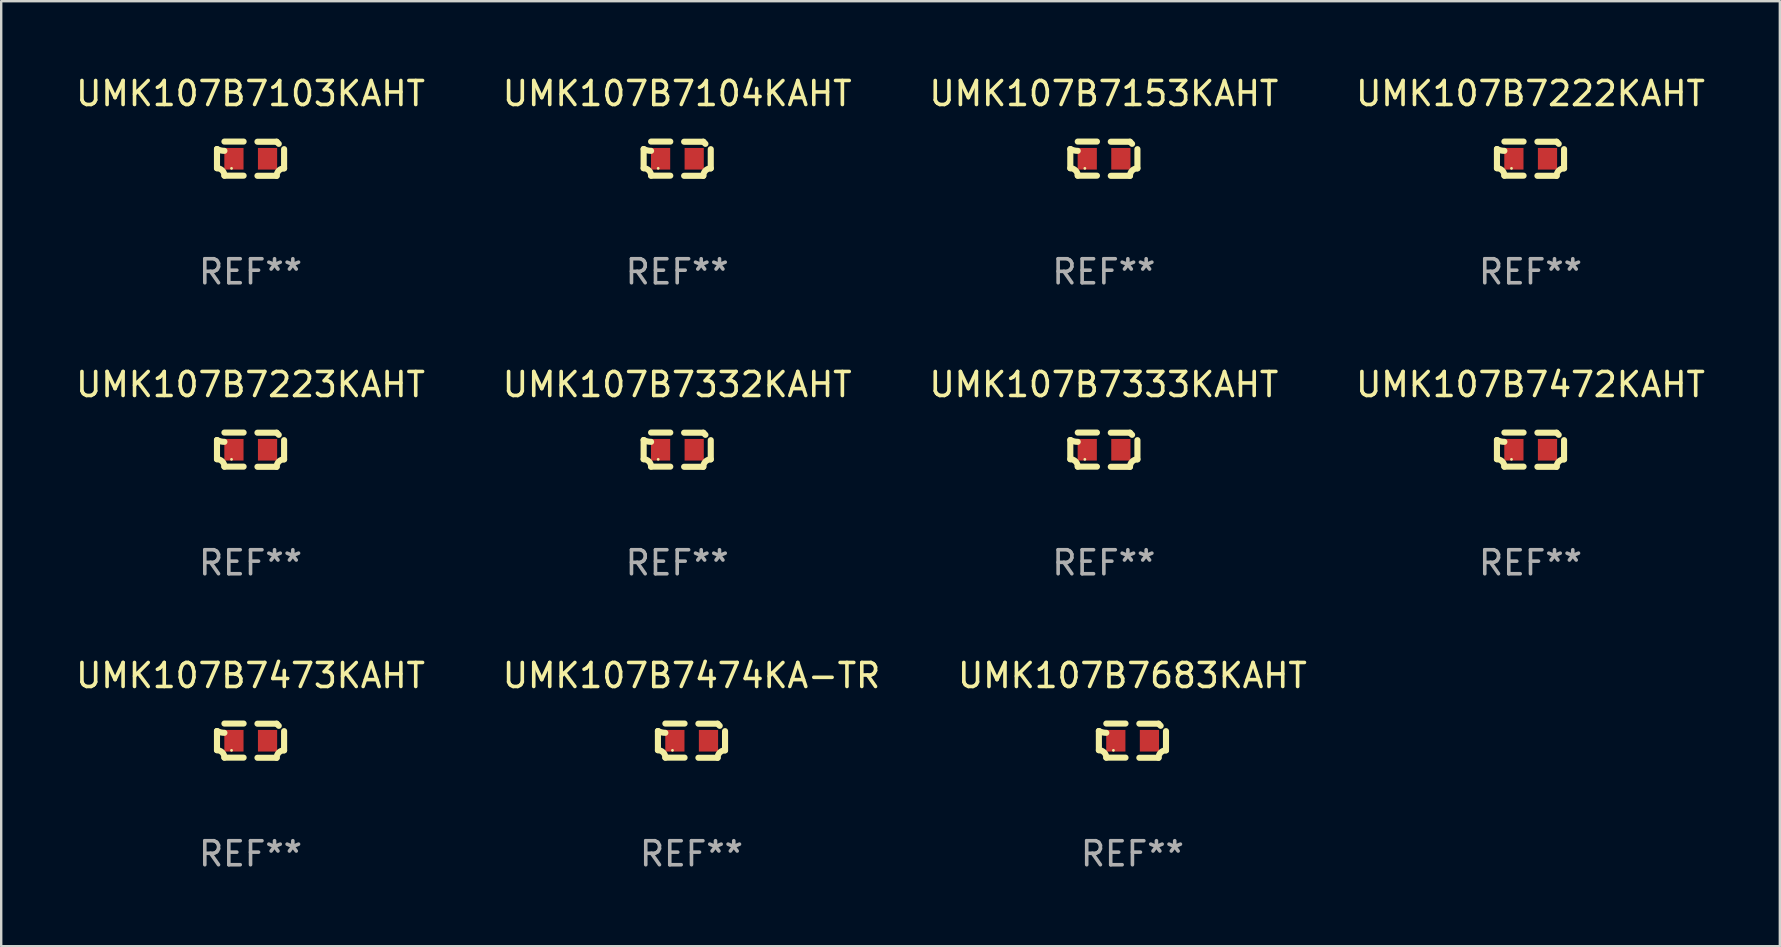
<source format=kicad_pcb>
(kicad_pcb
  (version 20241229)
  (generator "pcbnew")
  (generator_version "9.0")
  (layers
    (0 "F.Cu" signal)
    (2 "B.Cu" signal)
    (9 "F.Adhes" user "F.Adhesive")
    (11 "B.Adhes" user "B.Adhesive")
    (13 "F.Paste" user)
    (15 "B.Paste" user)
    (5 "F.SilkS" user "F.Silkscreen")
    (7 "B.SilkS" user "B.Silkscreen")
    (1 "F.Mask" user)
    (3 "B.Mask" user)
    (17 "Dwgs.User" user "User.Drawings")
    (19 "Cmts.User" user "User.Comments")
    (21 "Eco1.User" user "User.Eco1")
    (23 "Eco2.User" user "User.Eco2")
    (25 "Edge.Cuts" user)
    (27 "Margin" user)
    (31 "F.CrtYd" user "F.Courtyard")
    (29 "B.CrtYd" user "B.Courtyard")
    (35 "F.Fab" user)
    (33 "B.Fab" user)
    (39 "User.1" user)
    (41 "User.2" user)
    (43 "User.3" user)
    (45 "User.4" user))
  (footprint "UMK107B7153KAHT"
    (layer "F.Cu")
    (at 42.935 3.561)
    (property "Reference" "UMK107B7153KAHT" (at 0 -2.713 0) (layer "F.SilkS") (effects (font (size 1 1) (thickness 0.15))))
    (attr through_hole)
    (fp_line (start -1.398 -0.403) (end -1.398 0.397) (stroke (width 0.254) (type solid)) (layer "F.SilkS"))
    (fp_line (start -0.288 -0.713) (end -1.088 -0.713) (stroke (width 0.254) (type solid)) (layer "F.SilkS"))
    (fp_line (start -0.288 0.707) (end -1.088 0.707) (stroke (width 0.254) (type solid)) (layer "F.SilkS"))
    (fp_line (start 0.288 -0.707) (end 1.088 -0.707) (stroke (width 0.254) (type solid)) (layer "F.SilkS"))
    (fp_line (start 0.288 0.713) (end 1.088 0.713) (stroke (width 0.254) (type solid)) (layer "F.SilkS"))
    (fp_line (start 1.398 -0.397) (end 1.398 0.403) (stroke (width 0.254) (type solid)) (layer "F.SilkS"))
    (fp_arc (start -1.397789 0.397066) (mid -1.178701 0.487826) (end -1.08796 0.706922) (stroke (width 0.254001) (type solid)) (layer "F.SilkS"))
    (fp_arc (start -1.08796 -0.327176) (mid -1.247436 -0.346384) (end -1.39779 -0.402908) (stroke (width 0.254001) (type solid)) (layer "F.SilkS"))
    (fp_arc (start 1.087909 0.712738) (mid 1.178656 0.493655) (end 1.397739 0.402908) (stroke (width 0.254001) (type solid)) (layer "F.SilkS"))
    (fp_arc (start 1.175925 -0.618926) (mid 1.131917 -0.662923) (end 1.08791 -0.706922) (stroke (width 0.254001) (type solid)) (layer "F.SilkS"))
    (fp_circle (center -0.792 0.403) (end -0.762 0.403) (stroke (width 0.06) (type solid)) (fill no) (layer "F.SilkS"))
    (fp_text user "REF**" (at 0 4.713 0) (layer "F.Fab") (effects (font (size 1 1) (thickness 0.15))))
    (pad "1" smd rect (at -0.692 0.003) (size 0.8 0.9) (layers "F.Cu" "F.Mask" "F.Paste"))
    (pad "2" smd rect (at 0.708 0.003) (size 0.8 0.9) (layers "F.Cu" "F.Mask" "F.Paste")))
  (footprint "UMK107B7103KAHT"
    (layer "F.Cu")
    (at 7.387 3.561)
    (property "Reference" "UMK107B7103KAHT" (at 0 -2.713 0) (layer "F.SilkS") (effects (font (size 1 1) (thickness 0.15))))
    (attr through_hole)
    (fp_line (start -1.398 -0.403) (end -1.398 0.397) (stroke (width 0.254) (type solid)) (layer "F.SilkS"))
    (fp_line (start -0.288 -0.713) (end -1.088 -0.713) (stroke (width 0.254) (type solid)) (layer "F.SilkS"))
    (fp_line (start -0.288 0.707) (end -1.088 0.707) (stroke (width 0.254) (type solid)) (layer "F.SilkS"))
    (fp_line (start 0.288 -0.707) (end 1.088 -0.707) (stroke (width 0.254) (type solid)) (layer "F.SilkS"))
    (fp_line (start 0.288 0.713) (end 1.088 0.713) (stroke (width 0.254) (type solid)) (layer "F.SilkS"))
    (fp_line (start 1.398 -0.397) (end 1.398 0.403) (stroke (width 0.254) (type solid)) (layer "F.SilkS"))
    (fp_arc (start -1.397789 0.397066) (mid -1.178701 0.487826) (end -1.08796 0.706922) (stroke (width 0.254001) (type solid)) (layer "F.SilkS"))
    (fp_arc (start -1.08796 -0.327176) (mid -1.247436 -0.346384) (end -1.39779 -0.402908) (stroke (width 0.254001) (type solid)) (layer "F.SilkS"))
    (fp_arc (start 1.087909 0.712738) (mid 1.178656 0.493655) (end 1.397739 0.402908) (stroke (width 0.254001) (type solid)) (layer "F.SilkS"))
    (fp_arc (start 1.175925 -0.618926) (mid 1.131917 -0.662923) (end 1.08791 -0.706922) (stroke (width 0.254001) (type solid)) (layer "F.SilkS"))
    (fp_circle (center -0.792 0.403) (end -0.762 0.403) (stroke (width 0.06) (type solid)) (fill no) (layer "F.SilkS"))
    (fp_text user "REF**" (at 0 4.713 0) (layer "F.Fab") (effects (font (size 1 1) (thickness 0.15))))
    (pad "1" smd rect (at -0.692 0.003) (size 0.8 0.9) (layers "F.Cu" "F.Mask" "F.Paste"))
    (pad "2" smd rect (at 0.708 0.003) (size 0.8 0.9) (layers "F.Cu" "F.Mask" "F.Paste")))
  (footprint "UMK107B7474KA-TR"
    (layer "F.Cu")
    (at 25.756 27.805)
    (property "Reference" "UMK107B7474KA-TR" (at 0 -2.713 0) (layer "F.SilkS") (effects (font (size 1 1) (thickness 0.15))))
    (attr through_hole)
    (fp_line (start -1.398 -0.403) (end -1.398 0.397) (stroke (width 0.254) (type solid)) (layer "F.SilkS"))
    (fp_line (start -0.288 -0.713) (end -1.088 -0.713) (stroke (width 0.254) (type solid)) (layer "F.SilkS"))
    (fp_line (start -0.288 0.707) (end -1.088 0.707) (stroke (width 0.254) (type solid)) (layer "F.SilkS"))
    (fp_line (start 0.288 -0.707) (end 1.088 -0.707) (stroke (width 0.254) (type solid)) (layer "F.SilkS"))
    (fp_line (start 0.288 0.713) (end 1.088 0.713) (stroke (width 0.254) (type solid)) (layer "F.SilkS"))
    (fp_line (start 1.398 -0.397) (end 1.398 0.403) (stroke (width 0.254) (type solid)) (layer "F.SilkS"))
    (fp_arc (start -1.397789 0.397066) (mid -1.178701 0.487826) (end -1.08796 0.706922) (stroke (width 0.254001) (type solid)) (layer "F.SilkS"))
    (fp_arc (start -1.08796 -0.327176) (mid -1.247436 -0.346384) (end -1.39779 -0.402908) (stroke (width 0.254001) (type solid)) (layer "F.SilkS"))
    (fp_arc (start 1.087909 0.712738) (mid 1.178656 0.493655) (end 1.397739 0.402908) (stroke (width 0.254001) (type solid)) (layer "F.SilkS"))
    (fp_arc (start 1.175925 -0.618926) (mid 1.131917 -0.662923) (end 1.08791 -0.706922) (stroke (width 0.254001) (type solid)) (layer "F.SilkS"))
    (fp_circle (center -0.792 0.403) (end -0.762 0.403) (stroke (width 0.06) (type solid)) (fill no) (layer "F.SilkS"))
    (fp_text user "REF**" (at 0 4.713 0) (layer "F.Fab") (effects (font (size 1 1) (thickness 0.15))))
    (pad "1" smd rect (at -0.692 0.003) (size 0.8 0.9) (layers "F.Cu" "F.Mask" "F.Paste"))
    (pad "2" smd rect (at 0.708 0.003) (size 0.8 0.9) (layers "F.Cu" "F.Mask" "F.Paste")))
  (footprint "UMK107B7683KAHT"
    (layer "F.Cu")
    (at 44.125 27.805)
    (property "Reference" "UMK107B7683KAHT" (at 0 -2.713 0) (layer "F.SilkS") (effects (font (size 1 1) (thickness 0.15))))
    (attr through_hole)
    (fp_line (start -1.398 -0.403) (end -1.398 0.397) (stroke (width 0.254) (type solid)) (layer "F.SilkS"))
    (fp_line (start -0.288 -0.713) (end -1.088 -0.713) (stroke (width 0.254) (type solid)) (layer "F.SilkS"))
    (fp_line (start -0.288 0.707) (end -1.088 0.707) (stroke (width 0.254) (type solid)) (layer "F.SilkS"))
    (fp_line (start 0.288 -0.707) (end 1.088 -0.707) (stroke (width 0.254) (type solid)) (layer "F.SilkS"))
    (fp_line (start 0.288 0.713) (end 1.088 0.713) (stroke (width 0.254) (type solid)) (layer "F.SilkS"))
    (fp_line (start 1.398 -0.397) (end 1.398 0.403) (stroke (width 0.254) (type solid)) (layer "F.SilkS"))
    (fp_arc (start -1.397789 0.397066) (mid -1.178701 0.487826) (end -1.08796 0.706922) (stroke (width 0.254001) (type solid)) (layer "F.SilkS"))
    (fp_arc (start -1.08796 -0.327176) (mid -1.247436 -0.346384) (end -1.39779 -0.402908) (stroke (width 0.254001) (type solid)) (layer "F.SilkS"))
    (fp_arc (start 1.087909 0.712738) (mid 1.178656 0.493655) (end 1.397739 0.402908) (stroke (width 0.254001) (type solid)) (layer "F.SilkS"))
    (fp_arc (start 1.175925 -0.618926) (mid 1.131917 -0.662923) (end 1.08791 -0.706922) (stroke (width 0.254001) (type solid)) (layer "F.SilkS"))
    (fp_circle (center -0.792 0.403) (end -0.762 0.403) (stroke (width 0.06) (type solid)) (fill no) (layer "F.SilkS"))
    (fp_text user "REF**" (at 0 4.713 0) (layer "F.Fab") (effects (font (size 1 1) (thickness 0.15))))
    (pad "1" smd rect (at -0.692 0.003) (size 0.8 0.9) (layers "F.Cu" "F.Mask" "F.Paste"))
    (pad "2" smd rect (at 0.708 0.003) (size 0.8 0.9) (layers "F.Cu" "F.Mask" "F.Paste")))
  (footprint "UMK107B7472KAHT"
    (layer "F.Cu")
    (at 60.708 15.683)
    (property "Reference" "UMK107B7472KAHT" (at 0 -2.713 0) (layer "F.SilkS") (effects (font (size 1 1) (thickness 0.15))))
    (attr through_hole)
    (fp_line (start -1.398 -0.403) (end -1.398 0.397) (stroke (width 0.254) (type solid)) (layer "F.SilkS"))
    (fp_line (start -0.288 -0.713) (end -1.088 -0.713) (stroke (width 0.254) (type solid)) (layer "F.SilkS"))
    (fp_line (start -0.288 0.707) (end -1.088 0.707) (stroke (width 0.254) (type solid)) (layer "F.SilkS"))
    (fp_line (start 0.288 -0.707) (end 1.088 -0.707) (stroke (width 0.254) (type solid)) (layer "F.SilkS"))
    (fp_line (start 0.288 0.713) (end 1.088 0.713) (stroke (width 0.254) (type solid)) (layer "F.SilkS"))
    (fp_line (start 1.398 -0.397) (end 1.398 0.403) (stroke (width 0.254) (type solid)) (layer "F.SilkS"))
    (fp_arc (start -1.397789 0.397066) (mid -1.178701 0.487826) (end -1.08796 0.706922) (stroke (width 0.254001) (type solid)) (layer "F.SilkS"))
    (fp_arc (start -1.08796 -0.327176) (mid -1.247436 -0.346384) (end -1.39779 -0.402908) (stroke (width 0.254001) (type solid)) (layer "F.SilkS"))
    (fp_arc (start 1.087909 0.712738) (mid 1.178656 0.493655) (end 1.397739 0.402908) (stroke (width 0.254001) (type solid)) (layer "F.SilkS"))
    (fp_arc (start 1.175925 -0.618926) (mid 1.131917 -0.662923) (end 1.08791 -0.706922) (stroke (width 0.254001) (type solid)) (layer "F.SilkS"))
    (fp_circle (center -0.792 0.403) (end -0.762 0.403) (stroke (width 0.06) (type solid)) (fill no) (layer "F.SilkS"))
    (fp_text user "REF**" (at 0 4.713 0) (layer "F.Fab") (effects (font (size 1 1) (thickness 0.15))))
    (pad "1" smd rect (at -0.692 0.003) (size 0.8 0.9) (layers "F.Cu" "F.Mask" "F.Paste"))
    (pad "2" smd rect (at 0.708 0.003) (size 0.8 0.9) (layers "F.Cu" "F.Mask" "F.Paste")))
  (footprint "UMK107B7222KAHT"
    (layer "F.Cu")
    (at 60.708 3.561)
    (property "Reference" "UMK107B7222KAHT" (at 0 -2.713 0) (layer "F.SilkS") (effects (font (size 1 1) (thickness 0.15))))
    (attr through_hole)
    (fp_line (start -1.398 -0.403) (end -1.398 0.397) (stroke (width 0.254) (type solid)) (layer "F.SilkS"))
    (fp_line (start -0.288 -0.713) (end -1.088 -0.713) (stroke (width 0.254) (type solid)) (layer "F.SilkS"))
    (fp_line (start -0.288 0.707) (end -1.088 0.707) (stroke (width 0.254) (type solid)) (layer "F.SilkS"))
    (fp_line (start 0.288 -0.707) (end 1.088 -0.707) (stroke (width 0.254) (type solid)) (layer "F.SilkS"))
    (fp_line (start 0.288 0.713) (end 1.088 0.713) (stroke (width 0.254) (type solid)) (layer "F.SilkS"))
    (fp_line (start 1.398 -0.397) (end 1.398 0.403) (stroke (width 0.254) (type solid)) (layer "F.SilkS"))
    (fp_arc (start -1.397789 0.397066) (mid -1.178701 0.487826) (end -1.08796 0.706922) (stroke (width 0.254001) (type solid)) (layer "F.SilkS"))
    (fp_arc (start -1.08796 -0.327176) (mid -1.247436 -0.346384) (end -1.39779 -0.402908) (stroke (width 0.254001) (type solid)) (layer "F.SilkS"))
    (fp_arc (start 1.087909 0.712738) (mid 1.178656 0.493655) (end 1.397739 0.402908) (stroke (width 0.254001) (type solid)) (layer "F.SilkS"))
    (fp_arc (start 1.175925 -0.618926) (mid 1.131917 -0.662923) (end 1.08791 -0.706922) (stroke (width 0.254001) (type solid)) (layer "F.SilkS"))
    (fp_circle (center -0.792 0.403) (end -0.762 0.403) (stroke (width 0.06) (type solid)) (fill no) (layer "F.SilkS"))
    (fp_text user "REF**" (at 0 4.713 0) (layer "F.Fab") (effects (font (size 1 1) (thickness 0.15))))
    (pad "1" smd rect (at -0.692 0.003) (size 0.8 0.9) (layers "F.Cu" "F.Mask" "F.Paste"))
    (pad "2" smd rect (at 0.708 0.003) (size 0.8 0.9) (layers "F.Cu" "F.Mask" "F.Paste")))
  (footprint "UMK107B7473KAHT"
    (layer "F.Cu")
    (at 7.387 27.805)
    (property "Reference" "UMK107B7473KAHT" (at 0 -2.713 0) (layer "F.SilkS") (effects (font (size 1 1) (thickness 0.15))))
    (attr through_hole)
    (fp_line (start -1.398 -0.403) (end -1.398 0.397) (stroke (width 0.254) (type solid)) (layer "F.SilkS"))
    (fp_line (start -0.288 -0.713) (end -1.088 -0.713) (stroke (width 0.254) (type solid)) (layer "F.SilkS"))
    (fp_line (start -0.288 0.707) (end -1.088 0.707) (stroke (width 0.254) (type solid)) (layer "F.SilkS"))
    (fp_line (start 0.288 -0.707) (end 1.088 -0.707) (stroke (width 0.254) (type solid)) (layer "F.SilkS"))
    (fp_line (start 0.288 0.713) (end 1.088 0.713) (stroke (width 0.254) (type solid)) (layer "F.SilkS"))
    (fp_line (start 1.398 -0.397) (end 1.398 0.403) (stroke (width 0.254) (type solid)) (layer "F.SilkS"))
    (fp_arc (start -1.397789 0.397066) (mid -1.178701 0.487826) (end -1.08796 0.706922) (stroke (width 0.254001) (type solid)) (layer "F.SilkS"))
    (fp_arc (start -1.08796 -0.327176) (mid -1.247436 -0.346384) (end -1.39779 -0.402908) (stroke (width 0.254001) (type solid)) (layer "F.SilkS"))
    (fp_arc (start 1.087909 0.712738) (mid 1.178656 0.493655) (end 1.397739 0.402908) (stroke (width 0.254001) (type solid)) (layer "F.SilkS"))
    (fp_arc (start 1.175925 -0.618926) (mid 1.131917 -0.662923) (end 1.08791 -0.706922) (stroke (width 0.254001) (type solid)) (layer "F.SilkS"))
    (fp_circle (center -0.792 0.403) (end -0.762 0.403) (stroke (width 0.06) (type solid)) (fill no) (layer "F.SilkS"))
    (fp_text user "REF**" (at 0 4.713 0) (layer "F.Fab") (effects (font (size 1 1) (thickness 0.15))))
    (pad "1" smd rect (at -0.692 0.003) (size 0.8 0.9) (layers "F.Cu" "F.Mask" "F.Paste"))
    (pad "2" smd rect (at 0.708 0.003) (size 0.8 0.9) (layers "F.Cu" "F.Mask" "F.Paste")))
  (footprint "UMK107B7223KAHT"
    (layer "F.Cu")
    (at 7.387 15.683)
    (property "Reference" "UMK107B7223KAHT" (at 0 -2.713 0) (layer "F.SilkS") (effects (font (size 1 1) (thickness 0.15))))
    (attr through_hole)
    (fp_line (start -1.398 -0.403) (end -1.398 0.397) (stroke (width 0.254) (type solid)) (layer "F.SilkS"))
    (fp_line (start -0.288 -0.713) (end -1.088 -0.713) (stroke (width 0.254) (type solid)) (layer "F.SilkS"))
    (fp_line (start -0.288 0.707) (end -1.088 0.707) (stroke (width 0.254) (type solid)) (layer "F.SilkS"))
    (fp_line (start 0.288 -0.707) (end 1.088 -0.707) (stroke (width 0.254) (type solid)) (layer "F.SilkS"))
    (fp_line (start 0.288 0.713) (end 1.088 0.713) (stroke (width 0.254) (type solid)) (layer "F.SilkS"))
    (fp_line (start 1.398 -0.397) (end 1.398 0.403) (stroke (width 0.254) (type solid)) (layer "F.SilkS"))
    (fp_arc (start -1.397789 0.397066) (mid -1.178701 0.487826) (end -1.08796 0.706922) (stroke (width 0.254001) (type solid)) (layer "F.SilkS"))
    (fp_arc (start -1.08796 -0.327176) (mid -1.247436 -0.346384) (end -1.39779 -0.402908) (stroke (width 0.254001) (type solid)) (layer "F.SilkS"))
    (fp_arc (start 1.087909 0.712738) (mid 1.178656 0.493655) (end 1.397739 0.402908) (stroke (width 0.254001) (type solid)) (layer "F.SilkS"))
    (fp_arc (start 1.175925 -0.618926) (mid 1.131917 -0.662923) (end 1.08791 -0.706922) (stroke (width 0.254001) (type solid)) (layer "F.SilkS"))
    (fp_circle (center -0.792 0.403) (end -0.762 0.403) (stroke (width 0.06) (type solid)) (fill no) (layer "F.SilkS"))
    (fp_text user "REF**" (at 0 4.713 0) (layer "F.Fab") (effects (font (size 1 1) (thickness 0.15))))
    (pad "1" smd rect (at -0.692 0.003) (size 0.8 0.9) (layers "F.Cu" "F.Mask" "F.Paste"))
    (pad "2" smd rect (at 0.708 0.003) (size 0.8 0.9) (layers "F.Cu" "F.Mask" "F.Paste")))
  (footprint "UMK107B7104KAHT"
    (layer "F.Cu")
    (at 25.161 3.561)
    (property "Reference" "UMK107B7104KAHT" (at 0 -2.713 0) (layer "F.SilkS") (effects (font (size 1 1) (thickness 0.15))))
    (attr through_hole)
    (fp_line (start -1.398 -0.403) (end -1.398 0.397) (stroke (width 0.254) (type solid)) (layer "F.SilkS"))
    (fp_line (start -0.288 -0.713) (end -1.088 -0.713) (stroke (width 0.254) (type solid)) (layer "F.SilkS"))
    (fp_line (start -0.288 0.707) (end -1.088 0.707) (stroke (width 0.254) (type solid)) (layer "F.SilkS"))
    (fp_line (start 0.288 -0.707) (end 1.088 -0.707) (stroke (width 0.254) (type solid)) (layer "F.SilkS"))
    (fp_line (start 0.288 0.713) (end 1.088 0.713) (stroke (width 0.254) (type solid)) (layer "F.SilkS"))
    (fp_line (start 1.398 -0.397) (end 1.398 0.403) (stroke (width 0.254) (type solid)) (layer "F.SilkS"))
    (fp_arc (start -1.397789 0.397066) (mid -1.178701 0.487826) (end -1.08796 0.706922) (stroke (width 0.254001) (type solid)) (layer "F.SilkS"))
    (fp_arc (start -1.08796 -0.327176) (mid -1.247436 -0.346384) (end -1.39779 -0.402908) (stroke (width 0.254001) (type solid)) (layer "F.SilkS"))
    (fp_arc (start 1.087909 0.712738) (mid 1.178656 0.493655) (end 1.397739 0.402908) (stroke (width 0.254001) (type solid)) (layer "F.SilkS"))
    (fp_arc (start 1.175925 -0.618926) (mid 1.131917 -0.662923) (end 1.08791 -0.706922) (stroke (width 0.254001) (type solid)) (layer "F.SilkS"))
    (fp_circle (center -0.792 0.403) (end -0.762 0.403) (stroke (width 0.06) (type solid)) (fill no) (layer "F.SilkS"))
    (fp_text user "REF**" (at 0 4.713 0) (layer "F.Fab") (effects (font (size 1 1) (thickness 0.15))))
    (pad "1" smd rect (at -0.692 0.003) (size 0.8 0.9) (layers "F.Cu" "F.Mask" "F.Paste"))
    (pad "2" smd rect (at 0.708 0.003) (size 0.8 0.9) (layers "F.Cu" "F.Mask" "F.Paste")))
  (footprint "UMK107B7332KAHT"
    (layer "F.Cu")
    (at 25.161 15.683)
    (property "Reference" "UMK107B7332KAHT" (at 0 -2.713 0) (layer "F.SilkS") (effects (font (size 1 1) (thickness 0.15))))
    (attr through_hole)
    (fp_line (start -1.398 -0.403) (end -1.398 0.397) (stroke (width 0.254) (type solid)) (layer "F.SilkS"))
    (fp_line (start -0.288 -0.713) (end -1.088 -0.713) (stroke (width 0.254) (type solid)) (layer "F.SilkS"))
    (fp_line (start -0.288 0.707) (end -1.088 0.707) (stroke (width 0.254) (type solid)) (layer "F.SilkS"))
    (fp_line (start 0.288 -0.707) (end 1.088 -0.707) (stroke (width 0.254) (type solid)) (layer "F.SilkS"))
    (fp_line (start 0.288 0.713) (end 1.088 0.713) (stroke (width 0.254) (type solid)) (layer "F.SilkS"))
    (fp_line (start 1.398 -0.397) (end 1.398 0.403) (stroke (width 0.254) (type solid)) (layer "F.SilkS"))
    (fp_arc (start -1.397789 0.397066) (mid -1.178701 0.487826) (end -1.08796 0.706922) (stroke (width 0.254001) (type solid)) (layer "F.SilkS"))
    (fp_arc (start -1.08796 -0.327176) (mid -1.247436 -0.346384) (end -1.39779 -0.402908) (stroke (width 0.254001) (type solid)) (layer "F.SilkS"))
    (fp_arc (start 1.087909 0.712738) (mid 1.178656 0.493655) (end 1.397739 0.402908) (stroke (width 0.254001) (type solid)) (layer "F.SilkS"))
    (fp_arc (start 1.175925 -0.618926) (mid 1.131917 -0.662923) (end 1.08791 -0.706922) (stroke (width 0.254001) (type solid)) (layer "F.SilkS"))
    (fp_circle (center -0.792 0.403) (end -0.762 0.403) (stroke (width 0.06) (type solid)) (fill no) (layer "F.SilkS"))
    (fp_text user "REF**" (at 0 4.713 0) (layer "F.Fab") (effects (font (size 1 1) (thickness 0.15))))
    (pad "1" smd rect (at -0.692 0.003) (size 0.8 0.9) (layers "F.Cu" "F.Mask" "F.Paste"))
    (pad "2" smd rect (at 0.708 0.003) (size 0.8 0.9) (layers "F.Cu" "F.Mask" "F.Paste")))
  (footprint "UMK107B7333KAHT"
    (layer "F.Cu")
    (at 42.935 15.683)
    (property "Reference" "UMK107B7333KAHT" (at 0 -2.713 0) (layer "F.SilkS") (effects (font (size 1 1) (thickness 0.15))))
    (attr through_hole)
    (fp_line (start -1.398 -0.403) (end -1.398 0.397) (stroke (width 0.254) (type solid)) (layer "F.SilkS"))
    (fp_line (start -0.288 -0.713) (end -1.088 -0.713) (stroke (width 0.254) (type solid)) (layer "F.SilkS"))
    (fp_line (start -0.288 0.707) (end -1.088 0.707) (stroke (width 0.254) (type solid)) (layer "F.SilkS"))
    (fp_line (start 0.288 -0.707) (end 1.088 -0.707) (stroke (width 0.254) (type solid)) (layer "F.SilkS"))
    (fp_line (start 0.288 0.713) (end 1.088 0.713) (stroke (width 0.254) (type solid)) (layer "F.SilkS"))
    (fp_line (start 1.398 -0.397) (end 1.398 0.403) (stroke (width 0.254) (type solid)) (layer "F.SilkS"))
    (fp_arc (start -1.397789 0.397066) (mid -1.178701 0.487826) (end -1.08796 0.706922) (stroke (width 0.254001) (type solid)) (layer "F.SilkS"))
    (fp_arc (start -1.08796 -0.327176) (mid -1.247436 -0.346384) (end -1.39779 -0.402908) (stroke (width 0.254001) (type solid)) (layer "F.SilkS"))
    (fp_arc (start 1.087909 0.712738) (mid 1.178656 0.493655) (end 1.397739 0.402908) (stroke (width 0.254001) (type solid)) (layer "F.SilkS"))
    (fp_arc (start 1.175925 -0.618926) (mid 1.131917 -0.662923) (end 1.08791 -0.706922) (stroke (width 0.254001) (type solid)) (layer "F.SilkS"))
    (fp_circle (center -0.792 0.403) (end -0.762 0.403) (stroke (width 0.06) (type solid)) (fill no) (layer "F.SilkS"))
    (fp_text user "REF**" (at 0 4.713 0) (layer "F.Fab") (effects (font (size 1 1) (thickness 0.15))))
    (pad "1" smd rect (at -0.692 0.003) (size 0.8 0.9) (layers "F.Cu" "F.Mask" "F.Paste"))
    (pad "2" smd rect (at 0.708 0.003) (size 0.8 0.9) (layers "F.Cu" "F.Mask" "F.Paste")))
  (gr_rect
    (start -3 -3)
    (end 71.095 36.366)
    (stroke (width 0.1) (type default))
    (fill no)
    (layer "Edge.Cuts")))
</source>
